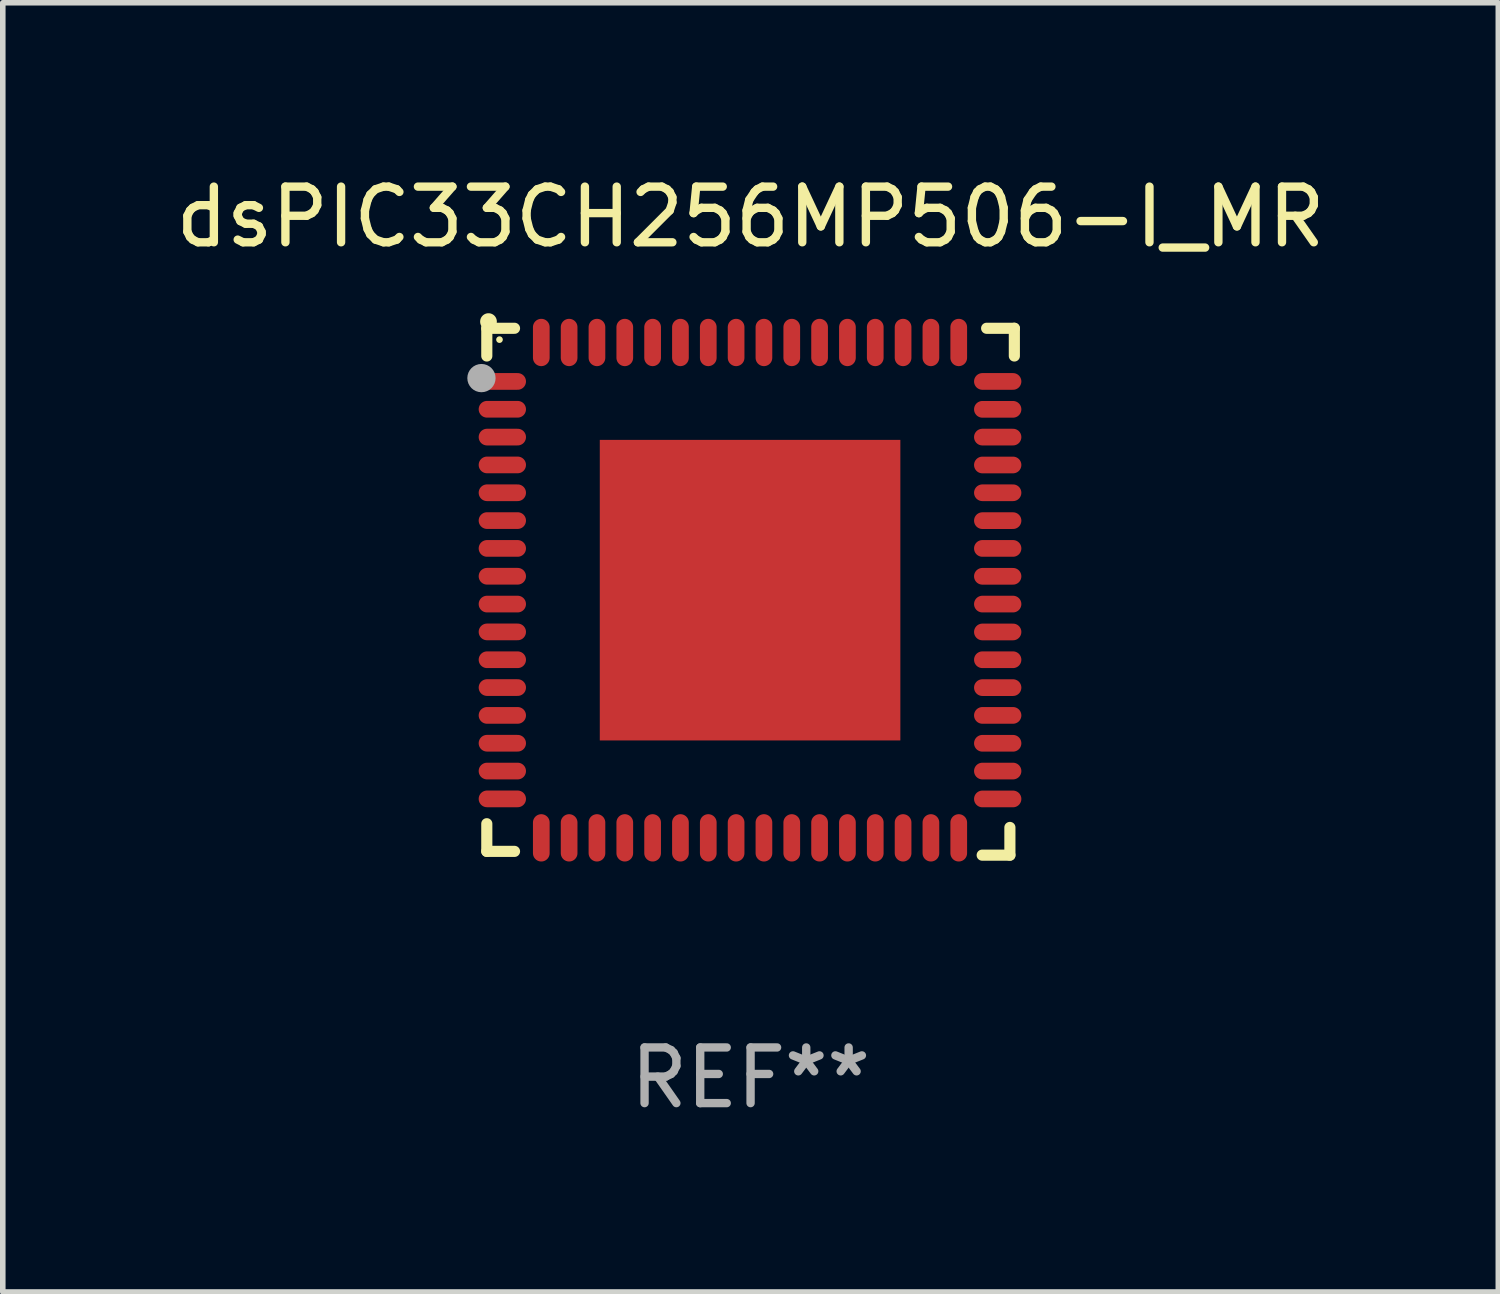
<source format=kicad_pcb>
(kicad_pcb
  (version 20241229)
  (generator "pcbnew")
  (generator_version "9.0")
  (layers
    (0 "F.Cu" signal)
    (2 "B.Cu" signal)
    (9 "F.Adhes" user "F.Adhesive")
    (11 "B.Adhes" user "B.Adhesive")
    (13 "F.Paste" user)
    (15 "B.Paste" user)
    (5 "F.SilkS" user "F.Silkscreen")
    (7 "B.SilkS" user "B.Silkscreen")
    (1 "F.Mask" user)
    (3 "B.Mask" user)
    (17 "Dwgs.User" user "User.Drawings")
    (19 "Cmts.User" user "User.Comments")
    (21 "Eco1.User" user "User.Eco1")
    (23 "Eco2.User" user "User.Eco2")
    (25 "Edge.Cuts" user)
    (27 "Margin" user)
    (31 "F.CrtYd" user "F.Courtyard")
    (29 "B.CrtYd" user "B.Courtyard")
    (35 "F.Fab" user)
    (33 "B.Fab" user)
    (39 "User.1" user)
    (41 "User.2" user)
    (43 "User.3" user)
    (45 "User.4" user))
  (footprint "dsPIC33CH256MP506-I_MR"
    (layer "F.Cu")
    (at 10.435 7.581)
    (property "Reference" "dsPIC33CH256MP506-I_MR" (at 0 -6.733 0) (layer "F.SilkS") (effects (font (size 1 1) (thickness 0.15))))
    (attr through_hole)
    (fp_line (start -4.739 -4.733) (end -4.241 -4.733) (stroke (width 0.2) (type solid)) (layer "F.SilkS"))
    (fp_line (start -4.739 -4.235) (end -4.739 -4.733) (stroke (width 0.2) (type solid)) (layer "F.SilkS"))
    (fp_line (start -4.739 4.168) (end -4.739 4.665) (stroke (width 0.2) (type solid)) (layer "F.SilkS"))
    (fp_line (start -4.739 4.665) (end -4.241 4.665) (stroke (width 0.2) (type solid)) (layer "F.SilkS"))
    (fp_line (start 4.161 4.733) (end 4.659 4.733) (stroke (width 0.2) (type solid)) (layer "F.SilkS"))
    (fp_line (start 4.241 -4.733) (end 4.739 -4.733) (stroke (width 0.2) (type solid)) (layer "F.SilkS"))
    (fp_line (start 4.659 4.733) (end 4.659 4.235) (stroke (width 0.2) (type solid)) (layer "F.SilkS"))
    (fp_line (start 4.739 -4.733) (end 4.739 -4.235) (stroke (width 0.2) (type solid)) (layer "F.SilkS"))
    (fp_arc (start -4.708623 -4.85108) (mid -4.708628 -4.85235) (end -4.708623 -4.85362) (stroke (width 0.3) (type solid)) (layer "F.SilkS"))
    (fp_circle (center -4.511 -4.529) (end -4.481 -4.529) (stroke (width 0.06) (type solid)) (fill no) (layer "F.SilkS"))
    (fp_circle (center -4.835 -3.838) (end -4.708 -3.838) (stroke (width 0.254) (type solid)) (fill no) (layer "F.Fab"))
    (fp_text user "REF**" (at 0 8.733 0) (layer "F.Fab") (effects (font (size 1 1) (thickness 0.15))))
    (pad "1" smd oval (at -4.46 -3.778) (size 0.85 0.3) (layers "F.Cu" "F.Mask" "F.Paste"))
    (pad "2" smd oval (at -4.46 -3.278) (size 0.85 0.3) (layers "F.Cu" "F.Mask" "F.Paste"))
    (pad "3" smd oval (at -4.46 -2.778) (size 0.85 0.3) (layers "F.Cu" "F.Mask" "F.Paste"))
    (pad "4" smd oval (at -4.46 -2.278) (size 0.85 0.3) (layers "F.Cu" "F.Mask" "F.Paste"))
    (pad "5" smd oval (at -4.46 -1.778) (size 0.85 0.3) (layers "F.Cu" "F.Mask" "F.Paste"))
    (pad "6" smd oval (at -4.46 -1.278) (size 0.85 0.3) (layers "F.Cu" "F.Mask" "F.Paste"))
    (pad "7" smd oval (at -4.46 -0.778) (size 0.85 0.3) (layers "F.Cu" "F.Mask" "F.Paste"))
    (pad "8" smd oval (at -4.46 -0.278) (size 0.85 0.3) (layers "F.Cu" "F.Mask" "F.Paste"))
    (pad "9" smd oval (at -4.46 0.222) (size 0.85 0.3) (layers "F.Cu" "F.Mask" "F.Paste"))
    (pad "10" smd oval (at -4.46 0.722) (size 0.85 0.3) (layers "F.Cu" "F.Mask" "F.Paste"))
    (pad "11" smd oval (at -4.46 1.222) (size 0.85 0.3) (layers "F.Cu" "F.Mask" "F.Paste"))
    (pad "12" smd oval (at -4.46 1.722) (size 0.85 0.3) (layers "F.Cu" "F.Mask" "F.Paste"))
    (pad "13" smd oval (at -4.46 2.222) (size 0.85 0.3) (layers "F.Cu" "F.Mask" "F.Paste"))
    (pad "14" smd oval (at -4.46 2.722) (size 0.85 0.3) (layers "F.Cu" "F.Mask" "F.Paste"))
    (pad "15" smd oval (at -4.46 3.222) (size 0.85 0.3) (layers "F.Cu" "F.Mask" "F.Paste"))
    (pad "16" smd oval (at -4.46 3.722) (size 0.85 0.3) (layers "F.Cu" "F.Mask" "F.Paste"))
    (pad "17" smd oval (at -3.76 4.422) (size 0.3 0.85) (layers "F.Cu" "F.Mask" "F.Paste"))
    (pad "18" smd oval (at -3.26 4.422) (size 0.3 0.85) (layers "F.Cu" "F.Mask" "F.Paste"))
    (pad "19" smd oval (at -2.76 4.422) (size 0.3 0.85) (layers "F.Cu" "F.Mask" "F.Paste"))
    (pad "20" smd oval (at -2.26 4.422) (size 0.3 0.85) (layers "F.Cu" "F.Mask" "F.Paste"))
    (pad "21" smd oval (at -1.76 4.422) (size 0.3 0.85) (layers "F.Cu" "F.Mask" "F.Paste"))
    (pad "22" smd oval (at -1.26 4.422) (size 0.3 0.85) (layers "F.Cu" "F.Mask" "F.Paste"))
    (pad "23" smd oval (at -0.76 4.422) (size 0.3 0.85) (layers "F.Cu" "F.Mask" "F.Paste"))
    (pad "24" smd oval (at -0.26 4.422) (size 0.3 0.85) (layers "F.Cu" "F.Mask" "F.Paste"))
    (pad "25" smd oval (at 0.24 4.422) (size 0.3 0.85) (layers "F.Cu" "F.Mask" "F.Paste"))
    (pad "26" smd oval (at 0.74 4.422) (size 0.3 0.85) (layers "F.Cu" "F.Mask" "F.Paste"))
    (pad "27" smd oval (at 1.24 4.422) (size 0.3 0.85) (layers "F.Cu" "F.Mask" "F.Paste"))
    (pad "28" smd oval (at 1.74 4.422) (size 0.3 0.85) (layers "F.Cu" "F.Mask" "F.Paste"))
    (pad "29" smd oval (at 2.24 4.422) (size 0.3 0.85) (layers "F.Cu" "F.Mask" "F.Paste"))
    (pad "30" smd oval (at 2.74 4.422) (size 0.3 0.85) (layers "F.Cu" "F.Mask" "F.Paste"))
    (pad "31" smd oval (at 3.24 4.422) (size 0.3 0.85) (layers "F.Cu" "F.Mask" "F.Paste"))
    (pad "32" smd oval (at 3.74 4.422) (size 0.3 0.85) (layers "F.Cu" "F.Mask" "F.Paste"))
    (pad "33" smd oval (at 4.44 3.723) (size 0.85 0.3) (layers "F.Cu" "F.Mask" "F.Paste"))
    (pad "34" smd oval (at 4.44 3.222) (size 0.85 0.3) (layers "F.Cu" "F.Mask" "F.Paste"))
    (pad "35" smd oval (at 4.44 2.723) (size 0.85 0.3) (layers "F.Cu" "F.Mask" "F.Paste"))
    (pad "36" smd oval (at 4.44 2.222) (size 0.85 0.3) (layers "F.Cu" "F.Mask" "F.Paste"))
    (pad "37" smd oval (at 4.44 1.723) (size 0.85 0.3) (layers "F.Cu" "F.Mask" "F.Paste"))
    (pad "38" smd oval (at 4.44 1.222) (size 0.85 0.3) (layers "F.Cu" "F.Mask" "F.Paste"))
    (pad "39" smd oval (at 4.44 0.723) (size 0.85 0.3) (layers "F.Cu" "F.Mask" "F.Paste"))
    (pad "40" smd oval (at 4.44 0.222) (size 0.85 0.3) (layers "F.Cu" "F.Mask" "F.Paste"))
    (pad "41" smd oval (at 4.44 -0.277) (size 0.85 0.3) (layers "F.Cu" "F.Mask" "F.Paste"))
    (pad "42" smd oval (at 4.44 -0.778) (size 0.85 0.3) (layers "F.Cu" "F.Mask" "F.Paste"))
    (pad "43" smd oval (at 4.44 -1.277) (size 0.85 0.3) (layers "F.Cu" "F.Mask" "F.Paste"))
    (pad "44" smd oval (at 4.44 -1.778) (size 0.85 0.3) (layers "F.Cu" "F.Mask" "F.Paste"))
    (pad "45" smd oval (at 4.44 -2.277) (size 0.85 0.3) (layers "F.Cu" "F.Mask" "F.Paste"))
    (pad "46" smd oval (at 4.44 -2.778) (size 0.85 0.3) (layers "F.Cu" "F.Mask" "F.Paste"))
    (pad "47" smd oval (at 4.44 -3.277) (size 0.85 0.3) (layers "F.Cu" "F.Mask" "F.Paste"))
    (pad "48" smd oval (at 4.44 -3.778) (size 0.85 0.3) (layers "F.Cu" "F.Mask" "F.Paste"))
    (pad "49" smd oval (at 3.74 -4.478) (size 0.3 0.85) (layers "F.Cu" "F.Mask" "F.Paste"))
    (pad "50" smd oval (at 3.24 -4.478) (size 0.3 0.85) (layers "F.Cu" "F.Mask" "F.Paste"))
    (pad "51" smd oval (at 2.74 -4.478) (size 0.3 0.85) (layers "F.Cu" "F.Mask" "F.Paste"))
    (pad "52" smd oval (at 2.24 -4.478) (size 0.3 0.85) (layers "F.Cu" "F.Mask" "F.Paste"))
    (pad "53" smd oval (at 1.74 -4.478) (size 0.3 0.85) (layers "F.Cu" "F.Mask" "F.Paste"))
    (pad "54" smd oval (at 1.24 -4.478) (size 0.3 0.85) (layers "F.Cu" "F.Mask" "F.Paste"))
    (pad "55" smd oval (at 0.74 -4.478) (size 0.3 0.85) (layers "F.Cu" "F.Mask" "F.Paste"))
    (pad "56" smd oval (at 0.24 -4.478) (size 0.3 0.85) (layers "F.Cu" "F.Mask" "F.Paste"))
    (pad "57" smd oval (at -0.26 -4.478) (size 0.3 0.85) (layers "F.Cu" "F.Mask" "F.Paste"))
    (pad "58" smd oval (at -0.76 -4.478) (size 0.3 0.85) (layers "F.Cu" "F.Mask" "F.Paste"))
    (pad "59" smd oval (at -1.26 -4.478) (size 0.3 0.85) (layers "F.Cu" "F.Mask" "F.Paste"))
    (pad "60" smd oval (at -1.76 -4.478) (size 0.3 0.85) (layers "F.Cu" "F.Mask" "F.Paste"))
    (pad "61" smd oval (at -2.26 -4.478) (size 0.3 0.85) (layers "F.Cu" "F.Mask" "F.Paste"))
    (pad "62" smd oval (at -2.76 -4.478) (size 0.3 0.85) (layers "F.Cu" "F.Mask" "F.Paste"))
    (pad "63" smd oval (at -3.26 -4.478) (size 0.3 0.85) (layers "F.Cu" "F.Mask" "F.Paste"))
    (pad "64" smd oval (at -3.76 -4.478) (size 0.3 0.85) (layers "F.Cu" "F.Mask" "F.Paste"))
    (pad "65" smd rect (at -0.009 -0.028 90) (size 5.4 5.4) (layers "F.Cu" "F.Mask" "F.Paste")))
  (gr_rect
    (start -3 -3)
    (end 23.869 20.162)
    (stroke (width 0.1) (type default))
    (fill no)
    (layer "Edge.Cuts")))
</source>
